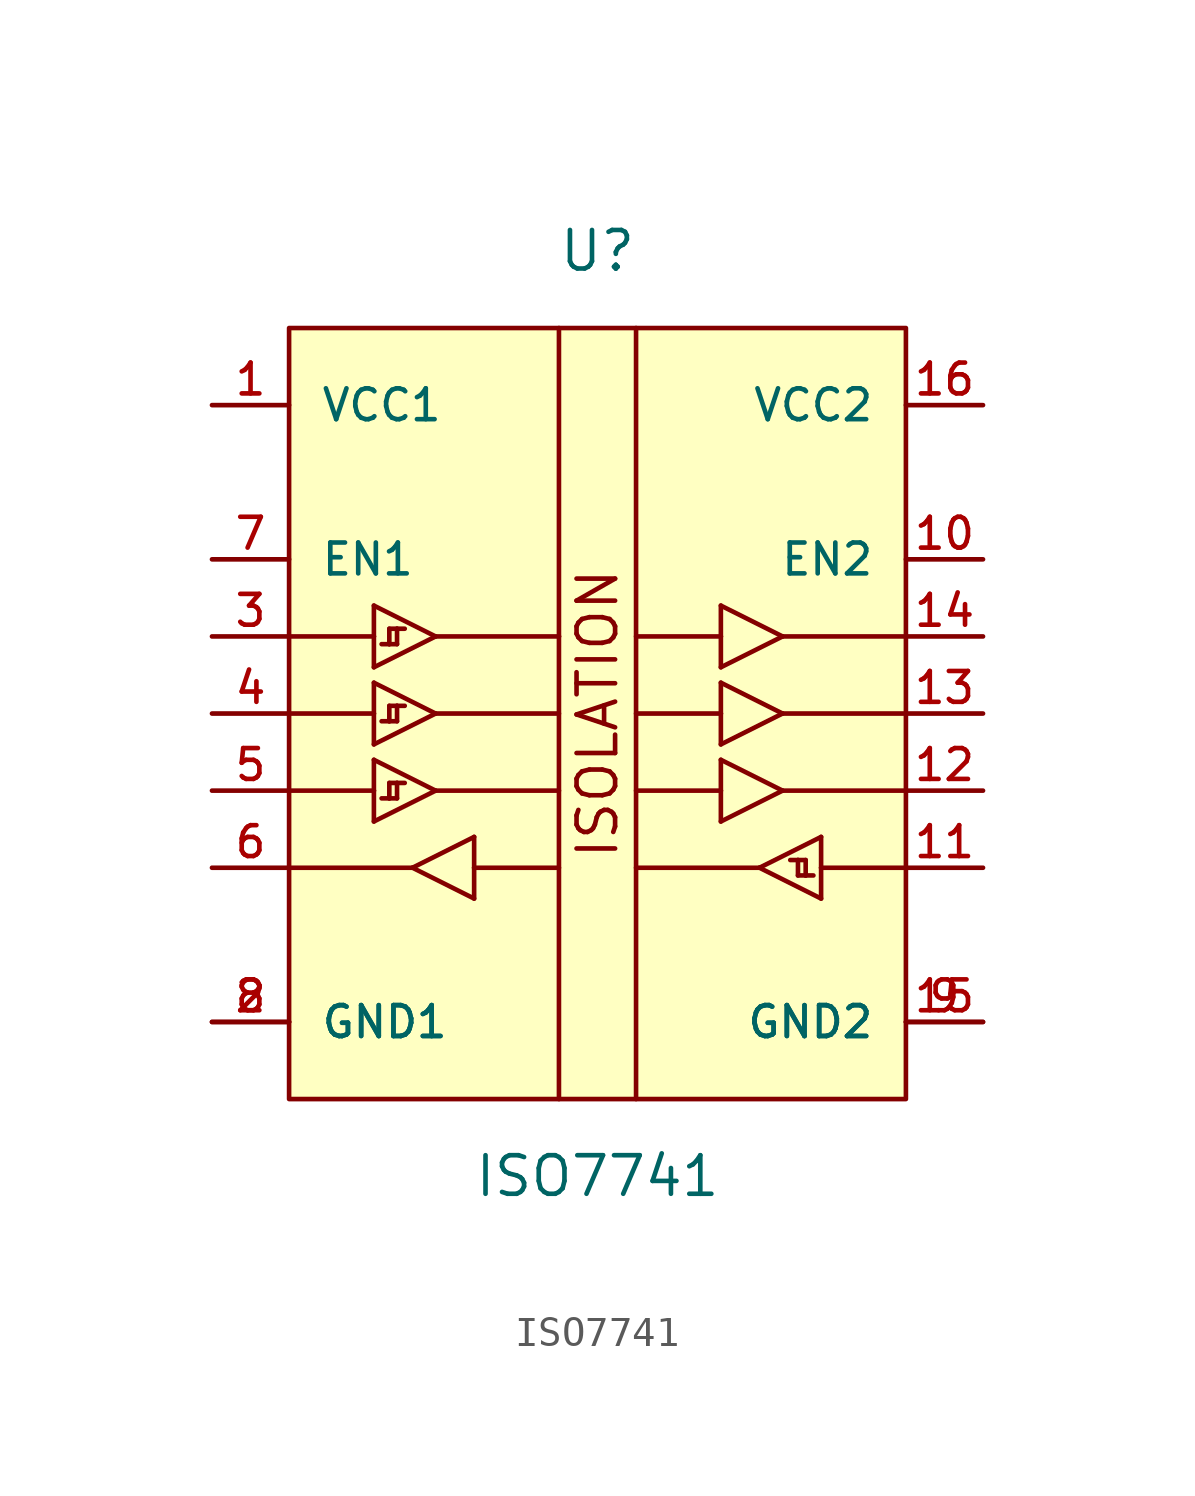
<source format=kicad_sym>
(kicad_symbol_lib
  (version 20211014)
  (generator kicad_symbol_editor)
  (symbol "ISO7741"
    (pin_names
      (offset 1.016))
    (property "Reference" "U"
      (at 0.0 15.24 0)
      (effects (font (size 1.27 1.27))))
    (property "Value" "ISO7741"
      (at 0.0 -15.24 0)
      (effects (font (size 1.27 1.27))))
    (symbol "ISO7741_0_0"
      (polyline (pts (xy -1.27 12.7) (xy -1.27 2.54)) (stroke (width 0.152)))
      (polyline (pts (xy -1.27 2.54) (xy -1.27 -12.7)) (stroke (width 0.152)))
      (polyline (pts (xy 1.27 12.7) (xy 1.27 -12.7)) (stroke (width 0.152)))
      (text "ISOLATION" (at 0.0 0.0 900) (effects (font (size 1.27 1.27))))
      (polyline (pts (xy -7.366 3.556) (xy -7.366 2.54)) (stroke (width 0.152)))
      (polyline (pts (xy -7.366 2.54) (xy -7.366 1.524)) (stroke (width 0.152)))
      (polyline (pts (xy -7.366 1.524) (xy -5.334 2.54)) (stroke (width 0.152)))
      (polyline (pts (xy -5.334 2.54) (xy -7.366 3.556)) (stroke (width 0.152)))
      (polyline (pts (xy -7.366 2.54) (xy -10.16 2.54)) (stroke (width 0.152)))
      (polyline (pts (xy -5.334 2.54) (xy -1.27 2.54)) (stroke (width 0.152)))
      (polyline (pts (xy -7.366 1.016) (xy -7.366 0.0)) (stroke (width 0.152)))
      (polyline (pts (xy -7.366 0.0) (xy -7.366 -1.016)) (stroke (width 0.152)))
      (polyline (pts (xy -7.366 -1.016) (xy -5.334 0.0)) (stroke (width 0.152)))
      (polyline (pts (xy -5.334 0.0) (xy -7.366 1.016)) (stroke (width 0.152)))
      (polyline (pts (xy -7.366 0.0) (xy -10.16 0.0)) (stroke (width 0.152)))
      (polyline (pts (xy -5.334 0.0) (xy -1.27 0.0)) (stroke (width 0.152)))
      (polyline (pts (xy -7.366 -1.524) (xy -7.366 -2.54)) (stroke (width 0.152)))
      (polyline (pts (xy -7.366 -2.54) (xy -7.366 -3.556)) (stroke (width 0.152)))
      (polyline (pts (xy -7.366 -3.556) (xy -5.334 -2.54)) (stroke (width 0.152)))
      (polyline (pts (xy -5.334 -2.54) (xy -7.366 -1.524)) (stroke (width 0.152)))
      (polyline (pts (xy -7.366 -2.54) (xy -10.16 -2.54)) (stroke (width 0.152)))
      (polyline (pts (xy -5.334 -2.54) (xy -1.27 -2.54)) (stroke (width 0.152)))
      (polyline (pts (xy 7.366 -6.096) (xy 7.366 -5.08)) (stroke (width 0.152)))
      (polyline (pts (xy 7.366 -5.08) (xy 7.366 -4.064)) (stroke (width 0.152)))
      (polyline (pts (xy 7.366 -4.064) (xy 5.334 -5.08)) (stroke (width 0.152)))
      (polyline (pts (xy 5.334 -5.08) (xy 7.366 -6.096)) (stroke (width 0.152)))
      (polyline (pts (xy 7.366 -5.08) (xy 10.16 -5.08)) (stroke (width 0.152)))
      (polyline (pts (xy 5.334 -5.08) (xy 1.27 -5.08)) (stroke (width 0.152)))
      (polyline (pts (xy -4.064 -6.096) (xy -4.064 -5.08)) (stroke (width 0.152)))
      (polyline (pts (xy -4.064 -5.08) (xy -4.064 -4.064)) (stroke (width 0.152)))
      (polyline (pts (xy -4.064 -4.064) (xy -6.096 -5.08)) (stroke (width 0.152)))
      (polyline (pts (xy -6.096 -5.08) (xy -4.064 -6.096)) (stroke (width 0.152)))
      (polyline (pts (xy -4.064 -5.08) (xy -1.27 -5.08)) (stroke (width 0.152)))
      (polyline (pts (xy -6.096 -5.08) (xy -10.16 -5.08)) (stroke (width 0.152)))
      (polyline (pts (xy 4.064 -1.524) (xy 4.064 -2.54)) (stroke (width 0.152)))
      (polyline (pts (xy 4.064 -2.54) (xy 4.064 -3.556)) (stroke (width 0.152)))
      (polyline (pts (xy 4.064 -3.556) (xy 6.096 -2.54)) (stroke (width 0.152)))
      (polyline (pts (xy 6.096 -2.54) (xy 4.064 -1.524)) (stroke (width 0.152)))
      (polyline (pts (xy 4.064 -2.54) (xy 1.27 -2.54)) (stroke (width 0.152)))
      (polyline (pts (xy 6.096 -2.54) (xy 10.16 -2.54)) (stroke (width 0.152)))
      (polyline (pts (xy 4.064 1.016) (xy 4.064 0.0)) (stroke (width 0.152)))
      (polyline (pts (xy 4.064 0.0) (xy 4.064 -1.016)) (stroke (width 0.152)))
      (polyline (pts (xy 4.064 -1.016) (xy 6.096 0.0)) (stroke (width 0.152)))
      (polyline (pts (xy 6.096 0.0) (xy 4.064 1.016)) (stroke (width 0.152)))
      (polyline (pts (xy 4.064 0.0) (xy 1.27 0.0)) (stroke (width 0.152)))
      (polyline (pts (xy 6.096 0.0) (xy 10.16 0.0)) (stroke (width 0.152)))
      (polyline (pts (xy 4.064 3.556) (xy 4.064 2.54)) (stroke (width 0.152)))
      (polyline (pts (xy 4.064 2.54) (xy 4.064 1.524)) (stroke (width 0.152)))
      (polyline (pts (xy 4.064 1.524) (xy 6.096 2.54)) (stroke (width 0.152)))
      (polyline (pts (xy 6.096 2.54) (xy 4.064 3.556)) (stroke (width 0.152)))
      (polyline (pts (xy 4.064 2.54) (xy 1.27 2.54)) (stroke (width 0.152)))
      (polyline (pts (xy 6.096 2.54) (xy 10.16 2.54)) (stroke (width 0.152)))
      (polyline (pts (xy -6.604 2.794) (xy -6.858 2.794)) (stroke (width 0.152)))
      (polyline (pts (xy -6.858 2.794) (xy -6.858 2.286)) (stroke (width 0.152)))
      (polyline (pts (xy -6.858 2.286) (xy -7.112 2.286)) (stroke (width 0.152)))
      (polyline (pts (xy -6.858 2.286) (xy -6.604 2.286)) (stroke (width 0.152)))
      (polyline (pts (xy -6.604 2.286) (xy -6.604 2.794)) (stroke (width 0.152)))
      (polyline (pts (xy -6.604 2.794) (xy -6.35 2.794)) (stroke (width 0.152)))
      (polyline (pts (xy -6.604 0.254) (xy -6.858 0.254)) (stroke (width 0.152)))
      (polyline (pts (xy -6.858 0.254) (xy -6.858 -0.254)) (stroke (width 0.152)))
      (polyline (pts (xy -6.858 -0.254) (xy -7.112 -0.254)) (stroke (width 0.152)))
      (polyline (pts (xy -6.858 -0.254) (xy -6.604 -0.254)) (stroke (width 0.152)))
      (polyline (pts (xy -6.604 -0.254) (xy -6.604 0.254)) (stroke (width 0.152)))
      (polyline (pts (xy -6.604 0.254) (xy -6.35 0.254)) (stroke (width 0.152)))
      (polyline (pts (xy -6.604 -2.286) (xy -6.858 -2.286)) (stroke (width 0.152)))
      (polyline (pts (xy -6.858 -2.286) (xy -6.858 -2.794)) (stroke (width 0.152)))
      (polyline (pts (xy -6.858 -2.794) (xy -7.112 -2.794)) (stroke (width 0.152)))
      (polyline (pts (xy -6.858 -2.794) (xy -6.604 -2.794)) (stroke (width 0.152)))
      (polyline (pts (xy -6.604 -2.794) (xy -6.604 -2.286)) (stroke (width 0.152)))
      (polyline (pts (xy -6.604 -2.286) (xy -6.35 -2.286)) (stroke (width 0.152)))
      (polyline (pts (xy 6.604 -4.826) (xy 6.858 -4.826)) (stroke (width 0.152)))
      (polyline (pts (xy 6.858 -4.826) (xy 6.858 -5.334)) (stroke (width 0.152)))
      (polyline (pts (xy 6.858 -5.334) (xy 7.112 -5.334)) (stroke (width 0.152)))
      (polyline (pts (xy 6.858 -5.334) (xy 6.604 -5.334)) (stroke (width 0.152)))
      (polyline (pts (xy 6.604 -5.334) (xy 6.604 -4.826)) (stroke (width 0.152)))
      (polyline (pts (xy 6.604 -4.826) (xy 6.35 -4.826)) (stroke (width 0.152)))
      (rectangle (start -10.16 -12.7) (end 10.16 12.7) (stroke (width 0.152)) (fill (type background)))
      (pin power_in line (at -12.7 10.16 0) (length 2.54) (name "VCC1" (effects (font (size 1.016 1.016)))) (number "1" (effects (font (size 1.016 1.016)))))
      (pin power_in line (at 12.7 10.16 180.0) (length 2.54) (name "VCC2" (effects (font (size 1.016 1.016)))) (number "16" (effects (font (size 1.016 1.016)))))
      (pin power_in line (at 12.7 -10.16 180.0) (length 2.54) (name "GND2" (effects (font (size 1.016 1.016)))) (number "9" (effects (font (size 1.016 1.016)))))
      (pin power_in line (at 12.7 -10.16 180.0) (length 2.54) (name "GND2" (effects (font (size 1.016 1.016)))) (number "15" (effects (font (size 1.016 1.016)))))
      (pin power_in line (at -12.7 -10.16 0) (length 2.54) (name "GND1" (effects (font (size 1.016 1.016)))) (number "2" (effects (font (size 1.016 1.016)))))
      (pin power_in line (at -12.7 -10.16 0) (length 2.54) (name "GND1" (effects (font (size 1.016 1.016)))) (number "8" (effects (font (size 1.016 1.016)))))
      (pin input line (at -12.7 5.08 0) (length 2.54) (name "EN1" (effects (font (size 1.016 1.016)))) (number "7" (effects (font (size 1.016 1.016)))))
      (pin input line (at 12.7 5.08 180.0) (length 2.54) (name "EN2" (effects (font (size 1.016 1.016)))) (number "10" (effects (font (size 1.016 1.016)))))
      (pin input line (at -12.7 2.54 0) (length 2.54) (name "~" (effects (font (size 1.016 1.016)))) (number "3" (effects (font (size 1.016 1.016)))))
      (pin input line (at -12.7 0.0 0) (length 2.54) (name "~" (effects (font (size 1.016 1.016)))) (number "4" (effects (font (size 1.016 1.016)))))
      (pin input line (at -12.7 -2.54 0) (length 2.54) (name "~" (effects (font (size 1.016 1.016)))) (number "5" (effects (font (size 1.016 1.016)))))
      (pin input line (at 12.7 -5.08 180.0) (length 2.54) (name "~" (effects (font (size 1.016 1.016)))) (number "11" (effects (font (size 1.016 1.016)))))
      (pin output line (at 12.7 2.54 180.0) (length 2.54) (name "~" (effects (font (size 1.016 1.016)))) (number "14" (effects (font (size 1.016 1.016)))))
      (pin output line (at 12.7 0.0 180.0) (length 2.54) (name "~" (effects (font (size 1.016 1.016)))) (number "13" (effects (font (size 1.016 1.016)))))
      (pin output line (at 12.7 -2.54 180.0) (length 2.54) (name "~" (effects (font (size 1.016 1.016)))) (number "12" (effects (font (size 1.016 1.016)))))
      (pin output line (at -12.7 -5.08 0) (length 2.54) (name "~" (effects (font (size 1.016 1.016)))) (number "6" (effects (font (size 1.016 1.016))))))))
</source>
